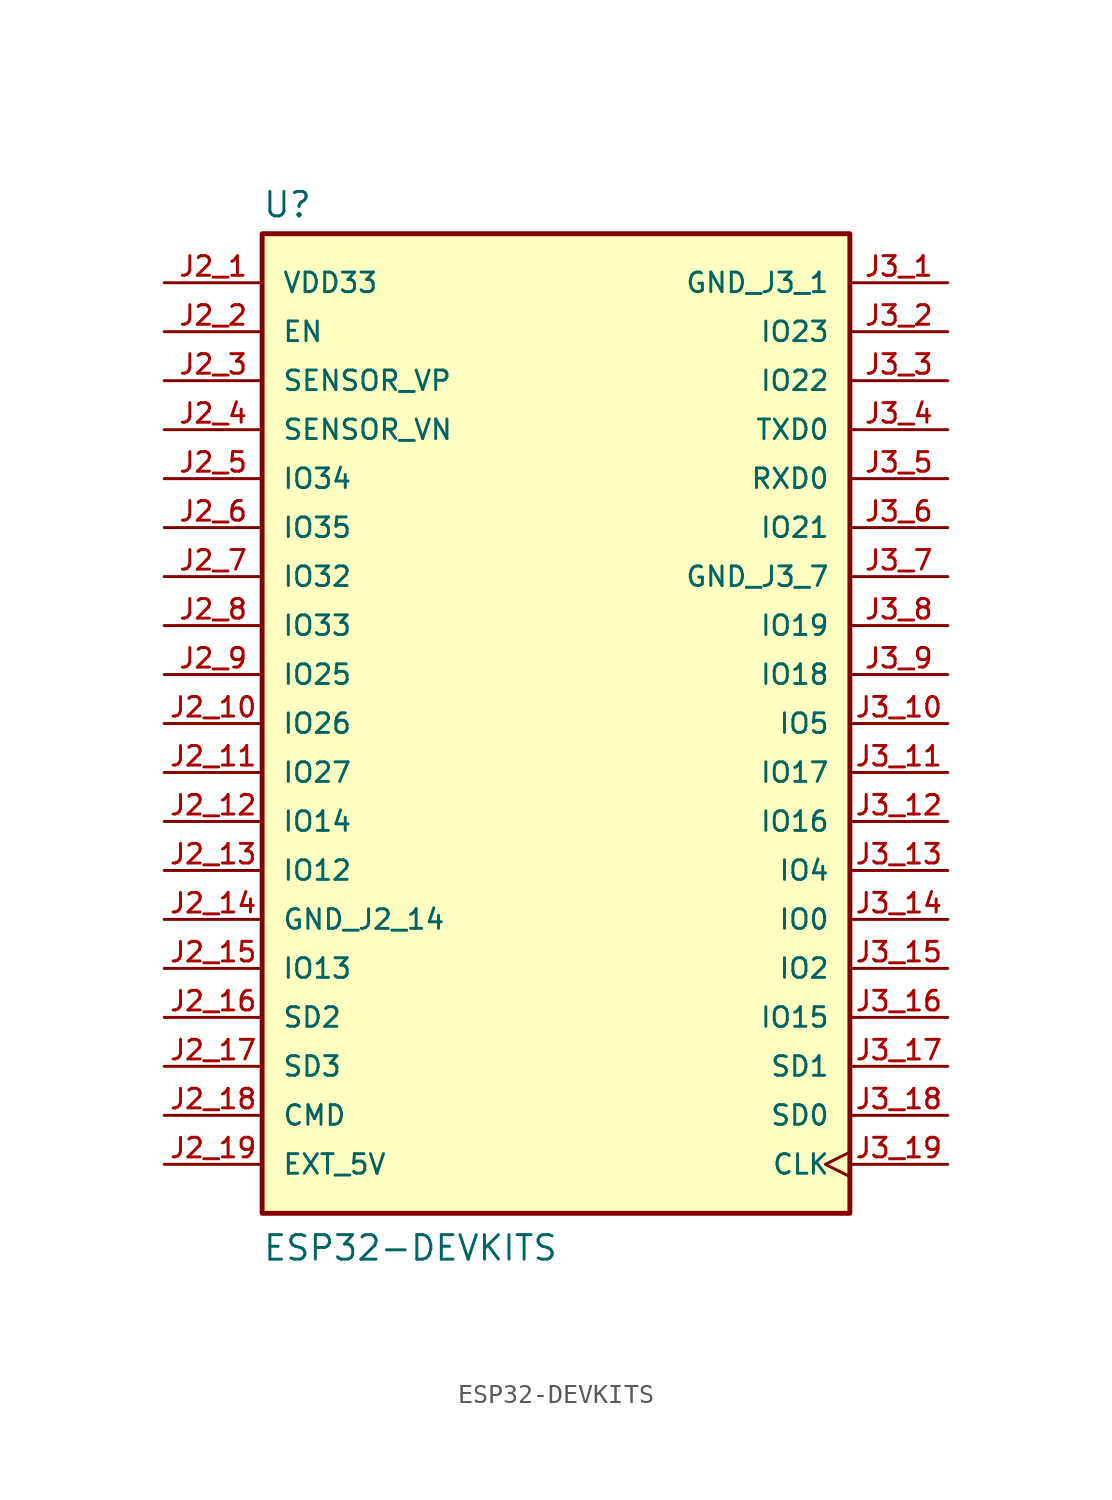
<source format=kicad_sym>
(kicad_symbol_lib
  (version 20211014)
  (generator kicad_symbol_editor)
  (symbol "ESP32-DEVKITS"
    (pin_names
      (offset 1.016))
    (property "Reference" "U"
      (at -15.24 26.162 0)
      (effects (font (size 1.27 1.27)) (justify bottom left)))
    (property "Value" "ESP32-DEVKITS"
      (at -15.24 -27.94 0)
      (effects (font (size 1.27 1.27)) (justify bottom left)))
    (symbol "ESP32-DEVKITS_0_0"
      (rectangle (start -15.24 -25.4) (end 15.24 25.4) (stroke (width 0.254)) (fill (type background)))
      (pin power_in line (at -20.32 22.86 0) (length 5.08) (name "VDD33" (effects (font (size 1.016 1.016)))) (number "J2_1" (effects (font (size 1.016 1.016)))))
      (pin input line (at -20.32 20.32 0) (length 5.08) (name "EN" (effects (font (size 1.016 1.016)))) (number "J2_2" (effects (font (size 1.016 1.016)))))
      (pin bidirectional line (at -20.32 17.78 0) (length 5.08) (name "SENSOR_VP" (effects (font (size 1.016 1.016)))) (number "J2_3" (effects (font (size 1.016 1.016)))))
      (pin bidirectional line (at -20.32 15.24 0) (length 5.08) (name "SENSOR_VN" (effects (font (size 1.016 1.016)))) (number "J2_4" (effects (font (size 1.016 1.016)))))
      (pin bidirectional line (at -20.32 12.7 0) (length 5.08) (name "IO34" (effects (font (size 1.016 1.016)))) (number "J2_5" (effects (font (size 1.016 1.016)))))
      (pin bidirectional line (at -20.32 10.16 0) (length 5.08) (name "IO35" (effects (font (size 1.016 1.016)))) (number "J2_6" (effects (font (size 1.016 1.016)))))
      (pin bidirectional line (at -20.32 7.62 0) (length 5.08) (name "IO32" (effects (font (size 1.016 1.016)))) (number "J2_7" (effects (font (size 1.016 1.016)))))
      (pin bidirectional line (at -20.32 5.08 0) (length 5.08) (name "IO33" (effects (font (size 1.016 1.016)))) (number "J2_8" (effects (font (size 1.016 1.016)))))
      (pin bidirectional line (at -20.32 2.54 0) (length 5.08) (name "IO25" (effects (font (size 1.016 1.016)))) (number "J2_9" (effects (font (size 1.016 1.016)))))
      (pin bidirectional line (at -20.32 0.0 0) (length 5.08) (name "IO26" (effects (font (size 1.016 1.016)))) (number "J2_10" (effects (font (size 1.016 1.016)))))
      (pin bidirectional line (at -20.32 -2.54 0) (length 5.08) (name "IO27" (effects (font (size 1.016 1.016)))) (number "J2_11" (effects (font (size 1.016 1.016)))))
      (pin bidirectional line (at -20.32 -5.08 0) (length 5.08) (name "IO14" (effects (font (size 1.016 1.016)))) (number "J2_12" (effects (font (size 1.016 1.016)))))
      (pin bidirectional line (at -20.32 -7.62 0) (length 5.08) (name "IO12" (effects (font (size 1.016 1.016)))) (number "J2_13" (effects (font (size 1.016 1.016)))))
      (pin power_in line (at -20.32 -10.16 0) (length 5.08) (name "GND_J2_14" (effects (font (size 1.016 1.016)))) (number "J2_14" (effects (font (size 1.016 1.016)))))
      (pin bidirectional line (at -20.32 -12.7 0) (length 5.08) (name "IO13" (effects (font (size 1.016 1.016)))) (number "J2_15" (effects (font (size 1.016 1.016)))))
      (pin bidirectional line (at -20.32 -15.24 0) (length 5.08) (name "SD2" (effects (font (size 1.016 1.016)))) (number "J2_16" (effects (font (size 1.016 1.016)))))
      (pin bidirectional line (at -20.32 -17.78 0) (length 5.08) (name "SD3" (effects (font (size 1.016 1.016)))) (number "J2_17" (effects (font (size 1.016 1.016)))))
      (pin bidirectional line (at -20.32 -20.32 0) (length 5.08) (name "CMD" (effects (font (size 1.016 1.016)))) (number "J2_18" (effects (font (size 1.016 1.016)))))
      (pin power_in line (at -20.32 -22.86 0) (length 5.08) (name "EXT_5V" (effects (font (size 1.016 1.016)))) (number "J2_19" (effects (font (size 1.016 1.016)))))
      (pin power_in line (at 20.32 22.86 180.0) (length 5.08) (name "GND_J3_1" (effects (font (size 1.016 1.016)))) (number "J3_1" (effects (font (size 1.016 1.016)))))
      (pin bidirectional line (at 20.32 20.32 180.0) (length 5.08) (name "IO23" (effects (font (size 1.016 1.016)))) (number "J3_2" (effects (font (size 1.016 1.016)))))
      (pin bidirectional line (at 20.32 17.78 180.0) (length 5.08) (name "IO22" (effects (font (size 1.016 1.016)))) (number "J3_3" (effects (font (size 1.016 1.016)))))
      (pin bidirectional line (at 20.32 15.24 180.0) (length 5.08) (name "TXD0" (effects (font (size 1.016 1.016)))) (number "J3_4" (effects (font (size 1.016 1.016)))))
      (pin bidirectional line (at 20.32 12.7 180.0) (length 5.08) (name "RXD0" (effects (font (size 1.016 1.016)))) (number "J3_5" (effects (font (size 1.016 1.016)))))
      (pin bidirectional line (at 20.32 10.16 180.0) (length 5.08) (name "IO21" (effects (font (size 1.016 1.016)))) (number "J3_6" (effects (font (size 1.016 1.016)))))
      (pin power_in line (at 20.32 7.62 180.0) (length 5.08) (name "GND_J3_7" (effects (font (size 1.016 1.016)))) (number "J3_7" (effects (font (size 1.016 1.016)))))
      (pin bidirectional line (at 20.32 5.08 180.0) (length 5.08) (name "IO19" (effects (font (size 1.016 1.016)))) (number "J3_8" (effects (font (size 1.016 1.016)))))
      (pin bidirectional line (at 20.32 2.54 180.0) (length 5.08) (name "IO18" (effects (font (size 1.016 1.016)))) (number "J3_9" (effects (font (size 1.016 1.016)))))
      (pin bidirectional line (at 20.32 0.0 180.0) (length 5.08) (name "IO5" (effects (font (size 1.016 1.016)))) (number "J3_10" (effects (font (size 1.016 1.016)))))
      (pin bidirectional line (at 20.32 -2.54 180.0) (length 5.08) (name "IO17" (effects (font (size 1.016 1.016)))) (number "J3_11" (effects (font (size 1.016 1.016)))))
      (pin bidirectional line (at 20.32 -5.08 180.0) (length 5.08) (name "IO16" (effects (font (size 1.016 1.016)))) (number "J3_12" (effects (font (size 1.016 1.016)))))
      (pin bidirectional line (at 20.32 -7.62 180.0) (length 5.08) (name "IO4" (effects (font (size 1.016 1.016)))) (number "J3_13" (effects (font (size 1.016 1.016)))))
      (pin bidirectional line (at 20.32 -10.16 180.0) (length 5.08) (name "IO0" (effects (font (size 1.016 1.016)))) (number "J3_14" (effects (font (size 1.016 1.016)))))
      (pin bidirectional line (at 20.32 -12.7 180.0) (length 5.08) (name "IO2" (effects (font (size 1.016 1.016)))) (number "J3_15" (effects (font (size 1.016 1.016)))))
      (pin bidirectional line (at 20.32 -15.24 180.0) (length 5.08) (name "IO15" (effects (font (size 1.016 1.016)))) (number "J3_16" (effects (font (size 1.016 1.016)))))
      (pin bidirectional line (at 20.32 -17.78 180.0) (length 5.08) (name "SD1" (effects (font (size 1.016 1.016)))) (number "J3_17" (effects (font (size 1.016 1.016)))))
      (pin bidirectional line (at 20.32 -20.32 180.0) (length 5.08) (name "SD0" (effects (font (size 1.016 1.016)))) (number "J3_18" (effects (font (size 1.016 1.016)))))
      (pin bidirectional clock (at 20.32 -22.86 180.0) (length 5.08) (name "CLK" (effects (font (size 1.016 1.016)))) (number "J3_19" (effects (font (size 1.016 1.016))))))))
</source>
